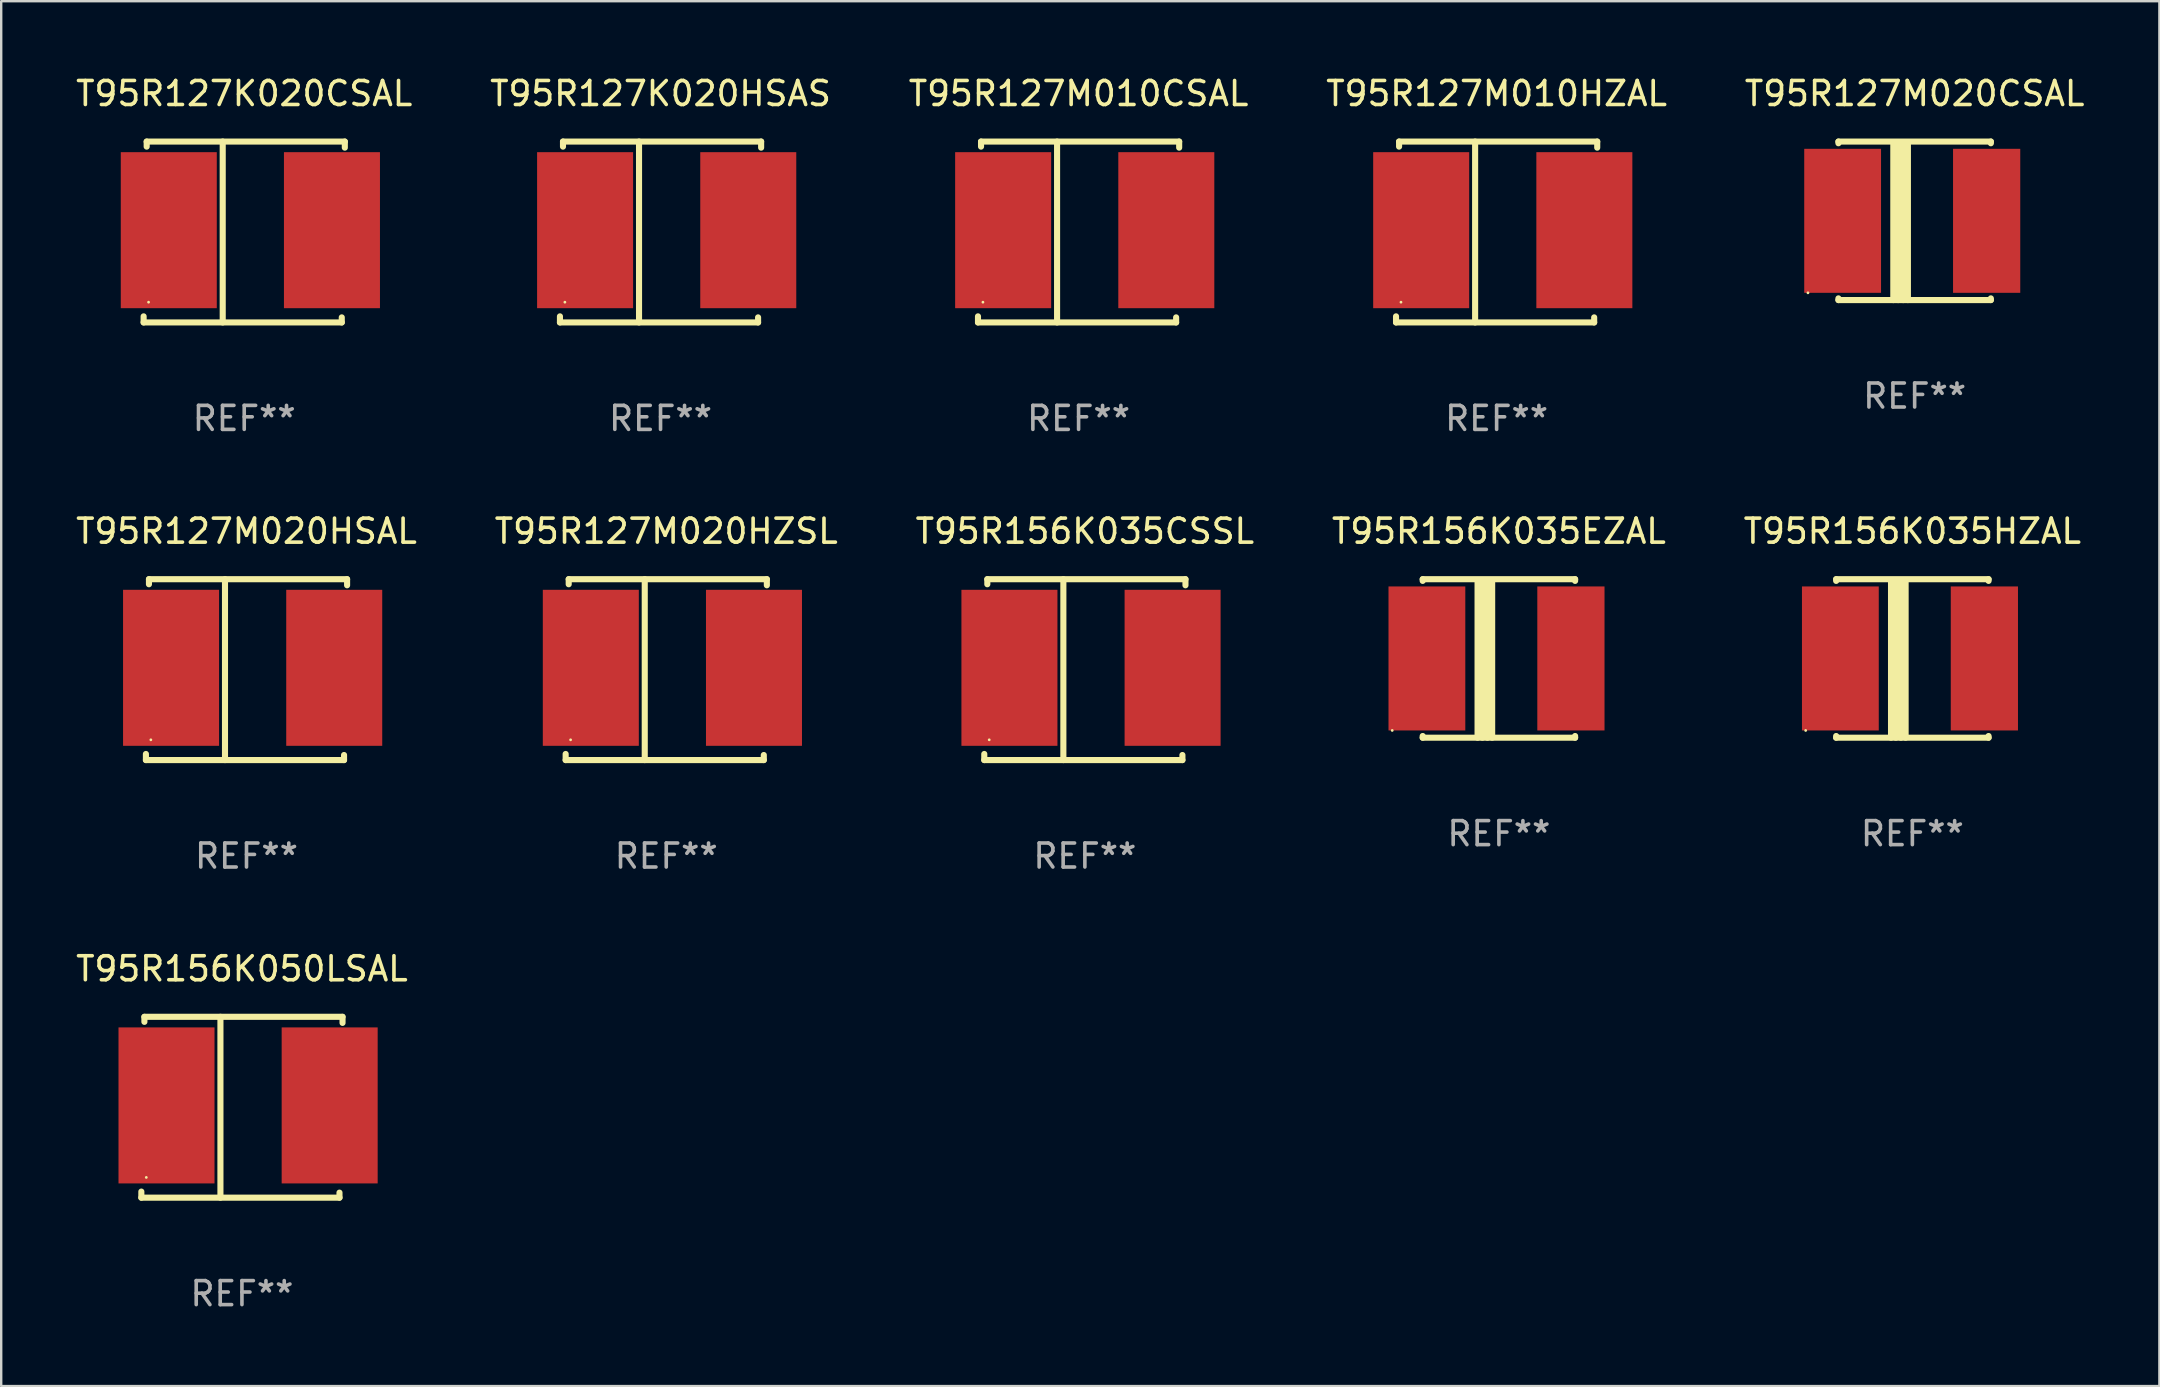
<source format=kicad_pcb>
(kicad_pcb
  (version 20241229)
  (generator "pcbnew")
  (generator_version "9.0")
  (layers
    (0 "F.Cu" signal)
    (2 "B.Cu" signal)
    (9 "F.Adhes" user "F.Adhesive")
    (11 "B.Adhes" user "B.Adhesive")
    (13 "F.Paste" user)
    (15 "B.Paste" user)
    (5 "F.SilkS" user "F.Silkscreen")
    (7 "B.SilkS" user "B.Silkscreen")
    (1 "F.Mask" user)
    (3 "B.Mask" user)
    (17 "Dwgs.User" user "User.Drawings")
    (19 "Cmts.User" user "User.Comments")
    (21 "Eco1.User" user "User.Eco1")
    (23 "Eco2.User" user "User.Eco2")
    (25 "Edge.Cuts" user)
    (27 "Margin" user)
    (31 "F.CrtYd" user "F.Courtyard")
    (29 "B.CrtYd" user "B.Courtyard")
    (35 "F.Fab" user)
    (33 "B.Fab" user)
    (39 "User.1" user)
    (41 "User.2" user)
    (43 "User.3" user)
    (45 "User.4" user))
  (footprint "T95R156K035HZAL"
    (layer "F.Cu")
    (at 76.625 24.383)
    (property "Reference" "T95R156K035HZAL" (at 0 -5.302 0) (layer "F.SilkS") (effects (font (size 1 1) (thickness 0.15))))
    (attr through_hole)
    (fp_line (start -3.175 -3.231) (end -3.175 -3.302) (stroke (width 0.254) (type solid)) (layer "F.SilkS"))
    (fp_line (start -3.175 3.302) (end -3.175 3.231) (stroke (width 0.254) (type solid)) (layer "F.SilkS"))
    (fp_line (start -3.175 3.302) (end 3.175 3.302) (stroke (width 0.254) (type solid)) (layer "F.SilkS"))
    (fp_line (start -0.889 -3.175) (end -0.889 3.302) (stroke (width 0.254) (type solid)) (layer "F.SilkS"))
    (fp_line (start -0.688 -3.175) (end -0.688 3.302) (stroke (width 0.254) (type solid)) (layer "F.SilkS"))
    (fp_line (start -0.478 -3.175) (end -0.478 3.302) (stroke (width 0.254) (type solid)) (layer "F.SilkS"))
    (fp_line (start -0.281 -3.175) (end -0.281 3.302) (stroke (width 0.254) (type solid)) (layer "F.SilkS"))
    (fp_line (start 3.175 -3.302) (end -3.175 -3.302) (stroke (width 0.254) (type solid)) (layer "F.SilkS"))
    (fp_line (start 3.175 -3.302) (end 3.175 -3.231) (stroke (width 0.254) (type solid)) (layer "F.SilkS"))
    (fp_line (start 3.175 3.231) (end 3.175 3.302) (stroke (width 0.254) (type solid)) (layer "F.SilkS"))
    (fp_circle (center -4.445 3) (end -4.415 3) (stroke (width 0.06) (type solid)) (fill no) (layer "F.SilkS"))
    (fp_text user "REF**" (at 0 7.302 0) (layer "F.Fab") (effects (font (size 1 1) (thickness 0.15))))
    (pad "1" smd rect (at -3 0) (size 3.2 6) (layers "F.Cu" "F.Mask" "F.Paste"))
    (pad "2" smd rect (at 3 0) (size 2.8 6) (layers "F.Cu" "F.Mask" "F.Paste")))
  (footprint "T95R127M020CSAL"
    (layer "F.Cu")
    (at 76.72 6.15)
    (property "Reference" "T95R127M020CSAL" (at 0 -5.302 0) (layer "F.SilkS") (effects (font (size 1 1) (thickness 0.15))))
    (attr through_hole)
    (fp_line (start -3.175 -3.231) (end -3.175 -3.302) (stroke (width 0.254) (type solid)) (layer "F.SilkS"))
    (fp_line (start -3.175 3.302) (end -3.175 3.231) (stroke (width 0.254) (type solid)) (layer "F.SilkS"))
    (fp_line (start -3.175 3.302) (end 3.175 3.302) (stroke (width 0.254) (type solid)) (layer "F.SilkS"))
    (fp_line (start -0.889 -3.175) (end -0.889 3.302) (stroke (width 0.254) (type solid)) (layer "F.SilkS"))
    (fp_line (start -0.688 -3.175) (end -0.688 3.302) (stroke (width 0.254) (type solid)) (layer "F.SilkS"))
    (fp_line (start -0.478 -3.175) (end -0.478 3.302) (stroke (width 0.254) (type solid)) (layer "F.SilkS"))
    (fp_line (start -0.281 -3.175) (end -0.281 3.302) (stroke (width 0.254) (type solid)) (layer "F.SilkS"))
    (fp_line (start 3.175 -3.302) (end -3.175 -3.302) (stroke (width 0.254) (type solid)) (layer "F.SilkS"))
    (fp_line (start 3.175 -3.302) (end 3.175 -3.231) (stroke (width 0.254) (type solid)) (layer "F.SilkS"))
    (fp_line (start 3.175 3.231) (end 3.175 3.302) (stroke (width 0.254) (type solid)) (layer "F.SilkS"))
    (fp_circle (center -4.445 3) (end -4.415 3) (stroke (width 0.06) (type solid)) (fill no) (layer "F.SilkS"))
    (fp_text user "REF**" (at 0 7.302 0) (layer "F.Fab") (effects (font (size 1 1) (thickness 0.15))))
    (pad "1" smd rect (at -3 0) (size 3.2 6) (layers "F.Cu" "F.Mask" "F.Paste"))
    (pad "2" smd rect (at 3 0) (size 2.8 6) (layers "F.Cu" "F.Mask" "F.Paste")))
  (footprint "T95R156K035CSSL"
    (layer "F.Cu")
    (at 42.149 24.849)
    (property "Reference" "T95R156K035CSSL" (at 0 -5.768 0) (layer "F.SilkS") (effects (font (size 1 1) (thickness 0.15))))
    (attr through_hole)
    (fp_line (start -4.191 3.768) (end -4.191 3.514) (stroke (width 0.254) (type solid)) (layer "F.SilkS"))
    (fp_line (start -4.064 -3.768) (end 4.191 -3.768) (stroke (width 0.254) (type solid)) (layer "F.SilkS"))
    (fp_line (start -4.064 -3.557) (end -4.064 -3.768) (stroke (width 0.254) (type solid)) (layer "F.SilkS"))
    (fp_line (start -0.896 -3.768) (end -0.896 3.768) (stroke (width 0.254) (type solid)) (layer "F.SilkS"))
    (fp_line (start 4.064 3.557) (end 4.064 3.768) (stroke (width 0.254) (type solid)) (layer "F.SilkS"))
    (fp_line (start 4.064 3.768) (end -4.191 3.768) (stroke (width 0.254) (type solid)) (layer "F.SilkS"))
    (fp_line (start 4.191 -3.768) (end 4.191 -3.514) (stroke (width 0.254) (type solid)) (layer "F.SilkS"))
    (fp_circle (center -3.985 2.924) (end -3.955 2.924) (stroke (width 0.06) (type solid)) (fill no) (layer "F.SilkS"))
    (fp_text user "REF**" (at 0 7.768 0) (layer "F.Fab") (effects (font (size 1 1) (thickness 0.15))))
    (pad "1" smd rect (at -3.143 -0.076 270) (size 6.5 4) (layers "F.Cu" "F.Mask" "F.Paste"))
    (pad "2" smd rect (at 3.655 -0.076 270) (size 6.5 4) (layers "F.Cu" "F.Mask" "F.Paste")))
  (footprint "T95R127K020HSAS"
    (layer "F.Cu")
    (at 24.47 6.616)
    (property "Reference" "T95R127K020HSAS" (at 0 -5.768 0) (layer "F.SilkS") (effects (font (size 1 1) (thickness 0.15))))
    (attr through_hole)
    (fp_line (start -4.191 3.768) (end -4.191 3.514) (stroke (width 0.254) (type solid)) (layer "F.SilkS"))
    (fp_line (start -4.064 -3.768) (end 4.191 -3.768) (stroke (width 0.254) (type solid)) (layer "F.SilkS"))
    (fp_line (start -4.064 -3.557) (end -4.064 -3.768) (stroke (width 0.254) (type solid)) (layer "F.SilkS"))
    (fp_line (start -0.896 -3.768) (end -0.896 3.768) (stroke (width 0.254) (type solid)) (layer "F.SilkS"))
    (fp_line (start 4.064 3.557) (end 4.064 3.768) (stroke (width 0.254) (type solid)) (layer "F.SilkS"))
    (fp_line (start 4.064 3.768) (end -4.191 3.768) (stroke (width 0.254) (type solid)) (layer "F.SilkS"))
    (fp_line (start 4.191 -3.768) (end 4.191 -3.514) (stroke (width 0.254) (type solid)) (layer "F.SilkS"))
    (fp_circle (center -3.985 2.924) (end -3.955 2.924) (stroke (width 0.06) (type solid)) (fill no) (layer "F.SilkS"))
    (fp_text user "REF**" (at 0 7.768 0) (layer "F.Fab") (effects (font (size 1 1) (thickness 0.15))))
    (pad "1" smd rect (at -3.143 -0.076 270) (size 6.5 4) (layers "F.Cu" "F.Mask" "F.Paste"))
    (pad "2" smd rect (at 3.655 -0.076 270) (size 6.5 4) (layers "F.Cu" "F.Mask" "F.Paste")))
  (footprint "T95R127M010CSAL"
    (layer "F.Cu")
    (at 41.887 6.616)
    (property "Reference" "T95R127M010CSAL" (at 0 -5.768 0) (layer "F.SilkS") (effects (font (size 1 1) (thickness 0.15))))
    (attr through_hole)
    (fp_line (start -4.191 3.768) (end -4.191 3.514) (stroke (width 0.254) (type solid)) (layer "F.SilkS"))
    (fp_line (start -4.064 -3.768) (end 4.191 -3.768) (stroke (width 0.254) (type solid)) (layer "F.SilkS"))
    (fp_line (start -4.064 -3.557) (end -4.064 -3.768) (stroke (width 0.254) (type solid)) (layer "F.SilkS"))
    (fp_line (start -0.896 -3.768) (end -0.896 3.768) (stroke (width 0.254) (type solid)) (layer "F.SilkS"))
    (fp_line (start 4.064 3.557) (end 4.064 3.768) (stroke (width 0.254) (type solid)) (layer "F.SilkS"))
    (fp_line (start 4.064 3.768) (end -4.191 3.768) (stroke (width 0.254) (type solid)) (layer "F.SilkS"))
    (fp_line (start 4.191 -3.768) (end 4.191 -3.514) (stroke (width 0.254) (type solid)) (layer "F.SilkS"))
    (fp_circle (center -3.985 2.924) (end -3.955 2.924) (stroke (width 0.06) (type solid)) (fill no) (layer "F.SilkS"))
    (fp_text user "REF**" (at 0 7.768 0) (layer "F.Fab") (effects (font (size 1 1) (thickness 0.15))))
    (pad "1" smd rect (at -3.143 -0.076 270) (size 6.5 4) (layers "F.Cu" "F.Mask" "F.Paste"))
    (pad "2" smd rect (at 3.655 -0.076 270) (size 6.5 4) (layers "F.Cu" "F.Mask" "F.Paste")))
  (footprint "T95R127M020HSAL"
    (layer "F.Cu")
    (at 7.22 24.849)
    (property "Reference" "T95R127M020HSAL" (at 0 -5.768 0) (layer "F.SilkS") (effects (font (size 1 1) (thickness 0.15))))
    (attr through_hole)
    (fp_line (start -4.191 3.768) (end -4.191 3.514) (stroke (width 0.254) (type solid)) (layer "F.SilkS"))
    (fp_line (start -4.064 -3.768) (end 4.191 -3.768) (stroke (width 0.254) (type solid)) (layer "F.SilkS"))
    (fp_line (start -4.064 -3.557) (end -4.064 -3.768) (stroke (width 0.254) (type solid)) (layer "F.SilkS"))
    (fp_line (start -0.896 -3.768) (end -0.896 3.768) (stroke (width 0.254) (type solid)) (layer "F.SilkS"))
    (fp_line (start 4.064 3.557) (end 4.064 3.768) (stroke (width 0.254) (type solid)) (layer "F.SilkS"))
    (fp_line (start 4.064 3.768) (end -4.191 3.768) (stroke (width 0.254) (type solid)) (layer "F.SilkS"))
    (fp_line (start 4.191 -3.768) (end 4.191 -3.514) (stroke (width 0.254) (type solid)) (layer "F.SilkS"))
    (fp_circle (center -3.985 2.924) (end -3.955 2.924) (stroke (width 0.06) (type solid)) (fill no) (layer "F.SilkS"))
    (fp_text user "REF**" (at 0 7.768 0) (layer "F.Fab") (effects (font (size 1 1) (thickness 0.15))))
    (pad "1" smd rect (at -3.143 -0.076 270) (size 6.5 4) (layers "F.Cu" "F.Mask" "F.Paste"))
    (pad "2" smd rect (at 3.655 -0.076 270) (size 6.5 4) (layers "F.Cu" "F.Mask" "F.Paste")))
  (footprint "T95R156K050LSAL"
    (layer "F.Cu")
    (at 7.03 43.081)
    (property "Reference" "T95R156K050LSAL" (at 0 -5.768 0) (layer "F.SilkS") (effects (font (size 1 1) (thickness 0.15))))
    (attr through_hole)
    (fp_line (start -4.191 3.768) (end -4.191 3.514) (stroke (width 0.254) (type solid)) (layer "F.SilkS"))
    (fp_line (start -4.064 -3.768) (end 4.191 -3.768) (stroke (width 0.254) (type solid)) (layer "F.SilkS"))
    (fp_line (start -4.064 -3.557) (end -4.064 -3.768) (stroke (width 0.254) (type solid)) (layer "F.SilkS"))
    (fp_line (start -0.896 -3.768) (end -0.896 3.768) (stroke (width 0.254) (type solid)) (layer "F.SilkS"))
    (fp_line (start 4.064 3.557) (end 4.064 3.768) (stroke (width 0.254) (type solid)) (layer "F.SilkS"))
    (fp_line (start 4.064 3.768) (end -4.191 3.768) (stroke (width 0.254) (type solid)) (layer "F.SilkS"))
    (fp_line (start 4.191 -3.768) (end 4.191 -3.514) (stroke (width 0.254) (type solid)) (layer "F.SilkS"))
    (fp_circle (center -3.985 2.924) (end -3.955 2.924) (stroke (width 0.06) (type solid)) (fill no) (layer "F.SilkS"))
    (fp_text user "REF**" (at 0 7.768 0) (layer "F.Fab") (effects (font (size 1 1) (thickness 0.15))))
    (pad "1" smd rect (at -3.143 -0.076 270) (size 6.5 4) (layers "F.Cu" "F.Mask" "F.Paste"))
    (pad "2" smd rect (at 3.655 -0.076 270) (size 6.5 4) (layers "F.Cu" "F.Mask" "F.Paste")))
  (footprint "T95R127M020HZSL"
    (layer "F.Cu")
    (at 24.708 24.849)
    (property "Reference" "T95R127M020HZSL" (at 0 -5.768 0) (layer "F.SilkS") (effects (font (size 1 1) (thickness 0.15))))
    (attr through_hole)
    (fp_line (start -4.191 3.768) (end -4.191 3.514) (stroke (width 0.254) (type solid)) (layer "F.SilkS"))
    (fp_line (start -4.064 -3.768) (end 4.191 -3.768) (stroke (width 0.254) (type solid)) (layer "F.SilkS"))
    (fp_line (start -4.064 -3.557) (end -4.064 -3.768) (stroke (width 0.254) (type solid)) (layer "F.SilkS"))
    (fp_line (start -0.896 -3.768) (end -0.896 3.768) (stroke (width 0.254) (type solid)) (layer "F.SilkS"))
    (fp_line (start 4.064 3.557) (end 4.064 3.768) (stroke (width 0.254) (type solid)) (layer "F.SilkS"))
    (fp_line (start 4.064 3.768) (end -4.191 3.768) (stroke (width 0.254) (type solid)) (layer "F.SilkS"))
    (fp_line (start 4.191 -3.768) (end 4.191 -3.514) (stroke (width 0.254) (type solid)) (layer "F.SilkS"))
    (fp_circle (center -3.985 2.924) (end -3.955 2.924) (stroke (width 0.06) (type solid)) (fill no) (layer "F.SilkS"))
    (fp_text user "REF**" (at 0 7.768 0) (layer "F.Fab") (effects (font (size 1 1) (thickness 0.15))))
    (pad "1" smd rect (at -3.143 -0.076 270) (size 6.5 4) (layers "F.Cu" "F.Mask" "F.Paste"))
    (pad "2" smd rect (at 3.655 -0.076 270) (size 6.5 4) (layers "F.Cu" "F.Mask" "F.Paste")))
  (footprint "T95R127K020CSAL"
    (layer "F.Cu")
    (at 7.125 6.616)
    (property "Reference" "T95R127K020CSAL" (at 0 -5.768 0) (layer "F.SilkS") (effects (font (size 1 1) (thickness 0.15))))
    (attr through_hole)
    (fp_line (start -4.191 3.768) (end -4.191 3.514) (stroke (width 0.254) (type solid)) (layer "F.SilkS"))
    (fp_line (start -4.064 -3.768) (end 4.191 -3.768) (stroke (width 0.254) (type solid)) (layer "F.SilkS"))
    (fp_line (start -4.064 -3.557) (end -4.064 -3.768) (stroke (width 0.254) (type solid)) (layer "F.SilkS"))
    (fp_line (start -0.896 -3.768) (end -0.896 3.768) (stroke (width 0.254) (type solid)) (layer "F.SilkS"))
    (fp_line (start 4.064 3.557) (end 4.064 3.768) (stroke (width 0.254) (type solid)) (layer "F.SilkS"))
    (fp_line (start 4.064 3.768) (end -4.191 3.768) (stroke (width 0.254) (type solid)) (layer "F.SilkS"))
    (fp_line (start 4.191 -3.768) (end 4.191 -3.514) (stroke (width 0.254) (type solid)) (layer "F.SilkS"))
    (fp_circle (center -3.985 2.924) (end -3.955 2.924) (stroke (width 0.06) (type solid)) (fill no) (layer "F.SilkS"))
    (fp_text user "REF**" (at 0 7.768 0) (layer "F.Fab") (effects (font (size 1 1) (thickness 0.15))))
    (pad "1" smd rect (at -3.143 -0.076 270) (size 6.5 4) (layers "F.Cu" "F.Mask" "F.Paste"))
    (pad "2" smd rect (at 3.655 -0.076 270) (size 6.5 4) (layers "F.Cu" "F.Mask" "F.Paste")))
  (footprint "T95R127M010HZAL"
    (layer "F.Cu")
    (at 59.304 6.616)
    (property "Reference" "T95R127M010HZAL" (at 0 -5.768 0) (layer "F.SilkS") (effects (font (size 1 1) (thickness 0.15))))
    (attr through_hole)
    (fp_line (start -4.191 3.768) (end -4.191 3.514) (stroke (width 0.254) (type solid)) (layer "F.SilkS"))
    (fp_line (start -4.064 -3.768) (end 4.191 -3.768) (stroke (width 0.254) (type solid)) (layer "F.SilkS"))
    (fp_line (start -4.064 -3.557) (end -4.064 -3.768) (stroke (width 0.254) (type solid)) (layer "F.SilkS"))
    (fp_line (start -0.896 -3.768) (end -0.896 3.768) (stroke (width 0.254) (type solid)) (layer "F.SilkS"))
    (fp_line (start 4.064 3.557) (end 4.064 3.768) (stroke (width 0.254) (type solid)) (layer "F.SilkS"))
    (fp_line (start 4.064 3.768) (end -4.191 3.768) (stroke (width 0.254) (type solid)) (layer "F.SilkS"))
    (fp_line (start 4.191 -3.768) (end 4.191 -3.514) (stroke (width 0.254) (type solid)) (layer "F.SilkS"))
    (fp_circle (center -3.985 2.924) (end -3.955 2.924) (stroke (width 0.06) (type solid)) (fill no) (layer "F.SilkS"))
    (fp_text user "REF**" (at 0 7.768 0) (layer "F.Fab") (effects (font (size 1 1) (thickness 0.15))))
    (pad "1" smd rect (at -3.143 -0.076 270) (size 6.5 4) (layers "F.Cu" "F.Mask" "F.Paste"))
    (pad "2" smd rect (at 3.655 -0.076 270) (size 6.5 4) (layers "F.Cu" "F.Mask" "F.Paste")))
  (footprint "T95R156K035EZAL"
    (layer "F.Cu")
    (at 59.399 24.383)
    (property "Reference" "T95R156K035EZAL" (at 0 -5.302 0) (layer "F.SilkS") (effects (font (size 1 1) (thickness 0.15))))
    (attr through_hole)
    (fp_line (start -3.175 -3.231) (end -3.175 -3.302) (stroke (width 0.254) (type solid)) (layer "F.SilkS"))
    (fp_line (start -3.175 3.302) (end -3.175 3.231) (stroke (width 0.254) (type solid)) (layer "F.SilkS"))
    (fp_line (start -3.175 3.302) (end 3.175 3.302) (stroke (width 0.254) (type solid)) (layer "F.SilkS"))
    (fp_line (start -0.889 -3.175) (end -0.889 3.302) (stroke (width 0.254) (type solid)) (layer "F.SilkS"))
    (fp_line (start -0.688 -3.175) (end -0.688 3.302) (stroke (width 0.254) (type solid)) (layer "F.SilkS"))
    (fp_line (start -0.478 -3.175) (end -0.478 3.302) (stroke (width 0.254) (type solid)) (layer "F.SilkS"))
    (fp_line (start -0.281 -3.175) (end -0.281 3.302) (stroke (width 0.254) (type solid)) (layer "F.SilkS"))
    (fp_line (start 3.175 -3.302) (end -3.175 -3.302) (stroke (width 0.254) (type solid)) (layer "F.SilkS"))
    (fp_line (start 3.175 -3.302) (end 3.175 -3.231) (stroke (width 0.254) (type solid)) (layer "F.SilkS"))
    (fp_line (start 3.175 3.231) (end 3.175 3.302) (stroke (width 0.254) (type solid)) (layer "F.SilkS"))
    (fp_circle (center -4.445 3) (end -4.415 3) (stroke (width 0.06) (type solid)) (fill no) (layer "F.SilkS"))
    (fp_text user "REF**" (at 0 7.302 0) (layer "F.Fab") (effects (font (size 1 1) (thickness 0.15))))
    (pad "1" smd rect (at -3 0) (size 3.2 6) (layers "F.Cu" "F.Mask" "F.Paste"))
    (pad "2" smd rect (at 3 0) (size 2.8 6) (layers "F.Cu" "F.Mask" "F.Paste")))
  (gr_rect
    (start -3 -3)
    (end 86.917 54.698)
    (stroke (width 0.1) (type default))
    (fill no)
    (layer "Edge.Cuts")))
</source>
